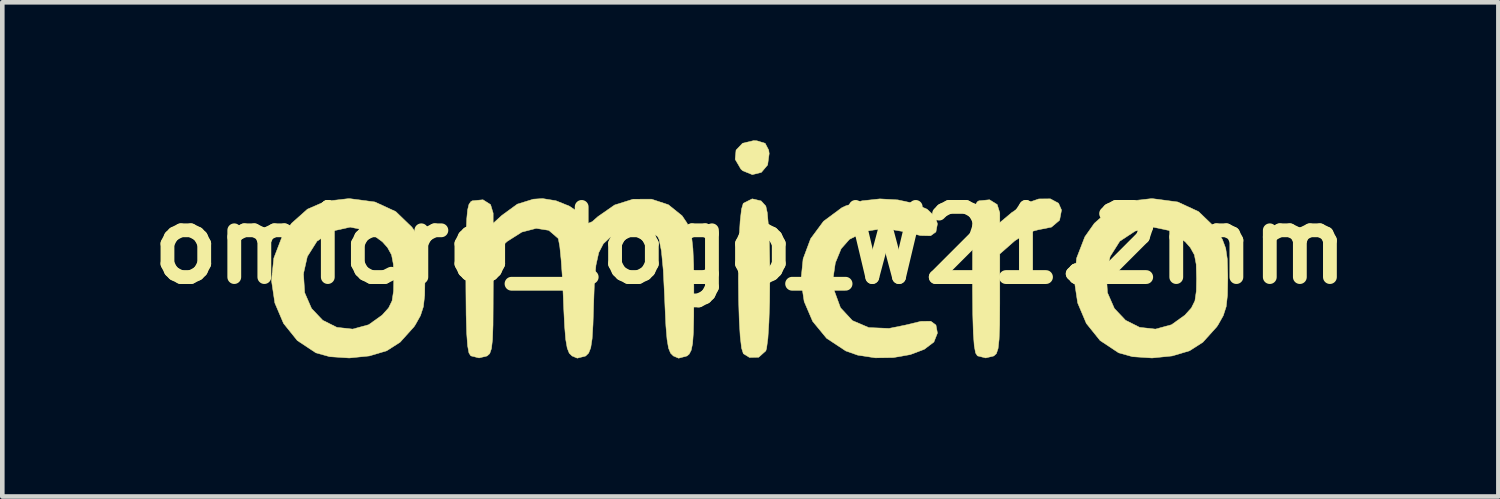
<source format=kicad_pcb>
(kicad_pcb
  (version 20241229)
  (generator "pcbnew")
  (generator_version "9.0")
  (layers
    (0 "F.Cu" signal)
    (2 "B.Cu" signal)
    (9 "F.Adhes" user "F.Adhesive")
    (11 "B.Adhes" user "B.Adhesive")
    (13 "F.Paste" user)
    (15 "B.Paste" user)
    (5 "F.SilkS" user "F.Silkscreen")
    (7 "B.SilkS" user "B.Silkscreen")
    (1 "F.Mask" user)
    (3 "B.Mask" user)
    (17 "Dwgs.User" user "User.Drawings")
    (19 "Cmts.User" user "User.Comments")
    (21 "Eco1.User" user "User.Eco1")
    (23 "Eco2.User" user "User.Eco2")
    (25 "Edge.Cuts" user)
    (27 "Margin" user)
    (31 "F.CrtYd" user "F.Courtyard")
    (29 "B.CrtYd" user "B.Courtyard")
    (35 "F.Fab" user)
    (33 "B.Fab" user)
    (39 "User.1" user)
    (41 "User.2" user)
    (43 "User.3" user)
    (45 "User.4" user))
  (footprint "omicro_logo_W21.2mm"
    (layer "F.Cu")
    (at 13.252 2.28)
    (property "Reference" "omicro_logo_W21.2mm" (at 0 0 0) (layer "F.SilkS") (effects (font (size 1.524 1.524) (thickness 0.3))))
    (attr through_hole)
    (fp_poly (pts (xy 0.143 -2.271) (xy 0.322 -2.216) (xy 0.398 -2.07) (xy 0.409 -1.994) (xy 0.375 -1.746) (xy 0.239 -1.585) (xy 0.043 -1.536) (xy -0.166 -1.621) (xy -0.206 -1.657) (xy -0.33 -1.869) (xy -0.311 -2.069) (xy -0.169 -2.218) (xy 0.072 -2.275) (xy 0.143 -2.271)) (stroke (width 0.01) (type solid)) (fill yes) (layer "F.SilkS"))
    (fp_poly (pts (xy 0.234 -0.965) (xy 0.336 -0.852) (xy 0.367 -0.71) (xy 0.393 -0.426) (xy 0.412 -0.031) (xy 0.422 0.449) (xy 0.423 0.72) (xy 0.418 1.232) (xy 0.403 1.674) (xy 0.381 2.019) (xy 0.352 2.238) (xy 0.336 2.292) (xy 0.181 2.431) (xy -0.019 2.436) (xy -0.152 2.354) (xy -0.191 2.232) (xy -0.221 1.975) (xy -0.242 1.616) (xy -0.255 1.189) (xy -0.26 0.728) (xy -0.256 0.266) (xy -0.243 -0.162) (xy -0.222 -0.524) (xy -0.192 -0.786) (xy -0.154 -0.913) (xy -0.152 -0.914) (xy 0.04 -1.01) (xy 0.234 -0.965)) (stroke (width 0.01) (type solid)) (fill yes) (layer "F.SilkS"))
    (fp_poly (pts (xy 6.695 -0.915) (xy 6.76 -0.767) (xy 6.718 -0.546) (xy 6.542 -0.396) (xy 6.258 -0.339) (xy 6.252 -0.339) (xy 6.013 -0.273) (xy 5.745 -0.099) (xy 5.718 -0.076) (xy 5.419 0.187) (xy 5.419 1.27) (xy 5.416 1.727) (xy 5.404 2.041) (xy 5.382 2.241) (xy 5.345 2.352) (xy 5.29 2.402) (xy 5.285 2.404) (xy 5.113 2.446) (xy 4.943 2.404) (xy 4.932 2.399) (xy 4.893 2.338) (xy 4.864 2.181) (xy 4.844 1.91) (xy 4.832 1.509) (xy 4.826 0.961) (xy 4.826 0.722) (xy 4.827 0.15) (xy 4.833 -0.274) (xy 4.845 -0.574) (xy 4.864 -0.771) (xy 4.893 -0.889) (xy 4.934 -0.949) (xy 4.965 -0.967) (xy 5.196 -0.99) (xy 5.362 -0.887) (xy 5.419 -0.706) (xy 5.419 -0.493) (xy 5.679 -0.712) (xy 5.976 -0.908) (xy 6.267 -1.008) (xy 6.518 -1.01) (xy 6.695 -0.915)) (stroke (width 0.01) (type solid)) (fill yes) (layer "F.SilkS"))
    (fp_poly (pts (xy 3.204 -0.987) (xy 3.558 -0.91) (xy 3.842 -0.783) (xy 4.02 -0.615) (xy 4.064 -0.467) (xy 4.031 -0.291) (xy 3.916 -0.208) (xy 3.695 -0.213) (xy 3.375 -0.291) (xy 2.91 -0.369) (xy 2.5 -0.306) (xy 2.152 -0.13) (xy 1.972 0.074) (xy 1.846 0.381) (xy 1.795 0.73) (xy 1.812 0.957) (xy 1.958 1.356) (xy 2.217 1.635) (xy 2.573 1.787) (xy 3.013 1.805) (xy 3.359 1.735) (xy 3.704 1.652) (xy 3.92 1.649) (xy 4.032 1.732) (xy 4.064 1.906) (xy 3.987 2.101) (xy 3.778 2.259) (xy 3.473 2.374) (xy 3.107 2.438) (xy 2.716 2.444) (xy 2.334 2.386) (xy 2.074 2.295) (xy 1.656 2.019) (xy 1.354 1.652) (xy 1.169 1.221) (xy 1.099 0.759) (xy 1.146 0.294) (xy 1.309 -0.143) (xy 1.589 -0.522) (xy 1.984 -0.815) (xy 2.071 -0.857) (xy 2.425 -0.967) (xy 2.814 -1.009) (xy 3.204 -0.987)) (stroke (width 0.01) (type solid)) (fill yes) (layer "F.SilkS"))
    (fp_poly (pts (xy -8.157 -0.942) (xy -7.704 -0.733) (xy -7.353 -0.394) (xy -7.308 -0.33) (xy -7.186 -0.127) (xy -7.114 0.064) (xy -7.08 0.297) (xy -7.07 0.632) (xy -7.07 0.72) (xy -7.076 1.083) (xy -7.104 1.333) (xy -7.167 1.527) (xy -7.277 1.723) (xy -7.308 1.77) (xy -7.61 2.105) (xy -7.901 2.291) (xy -8.278 2.403) (xy -8.715 2.447) (xy -9.138 2.419) (xy -9.44 2.335) (xy -9.843 2.068) (xy -10.142 1.696) (xy -10.331 1.252) (xy -10.403 0.769) (xy -10.388 0.615) (xy -9.709 0.615) (xy -9.683 1.029) (xy -9.534 1.371) (xy -9.291 1.628) (xy -8.983 1.782) (xy -8.64 1.82) (xy -8.292 1.725) (xy -8.001 1.517) (xy -7.86 1.361) (xy -7.784 1.206) (xy -7.752 0.993) (xy -7.747 0.724) (xy -7.756 0.411) (xy -7.795 0.207) (xy -7.882 0.049) (xy -7.995 -0.078) (xy -8.326 -0.319) (xy -8.694 -0.396) (xy -9.081 -0.31) (xy -9.415 -0.09) (xy -9.625 0.243) (xy -9.709 0.615) (xy -10.388 0.615) (xy -10.353 0.278) (xy -10.175 -0.185) (xy -9.967 -0.479) (xy -9.622 -0.786) (xy -9.224 -0.959) (xy -8.733 -1.014) (xy -8.702 -1.014) (xy -8.157 -0.942)) (stroke (width 0.01) (type solid)) (fill yes) (layer "F.SilkS"))
    (fp_poly (pts (xy 9.284 -0.942) (xy 9.737 -0.733) (xy 10.089 -0.394) (xy 10.133 -0.33) (xy 10.255 -0.127) (xy 10.327 0.064) (xy 10.361 0.297) (xy 10.371 0.632) (xy 10.372 0.72) (xy 10.365 1.083) (xy 10.337 1.333) (xy 10.274 1.527) (xy 10.164 1.723) (xy 10.133 1.77) (xy 9.831 2.105) (xy 9.541 2.291) (xy 9.164 2.403) (xy 8.727 2.447) (xy 8.303 2.419) (xy 8.001 2.335) (xy 7.598 2.068) (xy 7.299 1.696) (xy 7.111 1.252) (xy 7.038 0.769) (xy 7.054 0.615) (xy 7.732 0.615) (xy 7.758 1.029) (xy 7.908 1.371) (xy 8.151 1.628) (xy 8.458 1.782) (xy 8.801 1.82) (xy 9.15 1.725) (xy 9.44 1.517) (xy 9.581 1.361) (xy 9.658 1.206) (xy 9.689 0.993) (xy 9.694 0.724) (xy 9.686 0.411) (xy 9.647 0.207) (xy 9.559 0.049) (xy 9.447 -0.078) (xy 9.116 -0.319) (xy 8.747 -0.396) (xy 8.36 -0.31) (xy 8.026 -0.09) (xy 7.816 0.243) (xy 7.732 0.615) (xy 7.054 0.615) (xy 7.088 0.278) (xy 7.267 -0.185) (xy 7.474 -0.479) (xy 7.82 -0.786) (xy 8.217 -0.959) (xy 8.708 -1.014) (xy 8.739 -1.014) (xy 9.284 -0.942)) (stroke (width 0.01) (type solid)) (fill yes) (layer "F.SilkS"))
    (fp_poly (pts (xy -4.224 -0.969) (xy -3.931 -0.851) (xy -3.695 -0.691) (xy -3.584 -0.545) (xy -3.531 -0.475) (xy -3.436 -0.514) (xy -3.312 -0.624) (xy -2.95 -0.876) (xy -2.549 -1.002) (xy -2.148 -1.003) (xy -1.781 -0.882) (xy -1.484 -0.643) (xy -1.377 -0.485) (xy -1.317 -0.347) (xy -1.275 -0.171) (xy -1.248 0.075) (xy -1.233 0.42) (xy -1.228 0.896) (xy -1.228 1.049) (xy -1.23 1.543) (xy -1.238 1.895) (xy -1.255 2.131) (xy -1.285 2.278) (xy -1.329 2.363) (xy -1.376 2.403) (xy -1.558 2.452) (xy -1.672 2.404) (xy -1.733 2.343) (xy -1.778 2.233) (xy -1.81 2.044) (xy -1.835 1.751) (xy -1.855 1.326) (xy -1.863 1.125) (xy -1.892 0.541) (xy -1.932 0.124) (xy -1.982 -0.126) (xy -2.014 -0.191) (xy -2.248 -0.349) (xy -2.553 -0.375) (xy -2.835 -0.291) (xy -3.044 -0.174) (xy -3.194 -0.035) (xy -3.294 0.158) (xy -3.355 0.433) (xy -3.389 0.822) (xy -3.405 1.275) (xy -3.419 1.722) (xy -3.438 2.029) (xy -3.468 2.225) (xy -3.513 2.34) (xy -3.577 2.403) (xy -3.577 2.404) (xy -3.76 2.451) (xy -3.873 2.404) (xy -3.935 2.343) (xy -3.979 2.232) (xy -4.012 2.042) (xy -4.036 1.748) (xy -4.057 1.321) (xy -4.064 1.134) (xy -4.084 0.698) (xy -4.111 0.318) (xy -4.14 0.029) (xy -4.17 -0.134) (xy -4.178 -0.153) (xy -4.379 -0.326) (xy -4.652 -0.369) (xy -4.965 -0.288) (xy -5.283 -0.086) (xy -5.355 -0.021) (xy -5.451 0.076) (xy -5.516 0.173) (xy -5.556 0.304) (xy -5.578 0.501) (xy -5.586 0.798) (xy -5.588 1.228) (xy -5.588 1.277) (xy -5.591 1.732) (xy -5.602 2.045) (xy -5.625 2.243) (xy -5.663 2.353) (xy -5.718 2.402) (xy -5.722 2.404) (xy -5.894 2.446) (xy -6.063 2.404) (xy -6.075 2.399) (xy -6.114 2.338) (xy -6.143 2.181) (xy -6.163 1.91) (xy -6.175 1.509) (xy -6.18 0.961) (xy -6.181 0.722) (xy -6.179 0.15) (xy -6.174 -0.274) (xy -6.162 -0.574) (xy -6.143 -0.771) (xy -6.114 -0.889) (xy -6.073 -0.949) (xy -6.042 -0.967) (xy -5.809 -0.99) (xy -5.644 -0.885) (xy -5.588 -0.699) (xy -5.588 -0.478) (xy -5.397 -0.652) (xy -5.063 -0.895) (xy -4.715 -1.003) (xy -4.514 -1.016) (xy -4.224 -0.969)) (stroke (width 0.01) (type solid)) (fill yes) (layer "F.SilkS")))
  (gr_rect
    (start -3 -3)
    (end 29.503 7.737)
    (stroke (width 0.1) (type default))
    (fill no)
    (layer "Edge.Cuts")))
</source>
